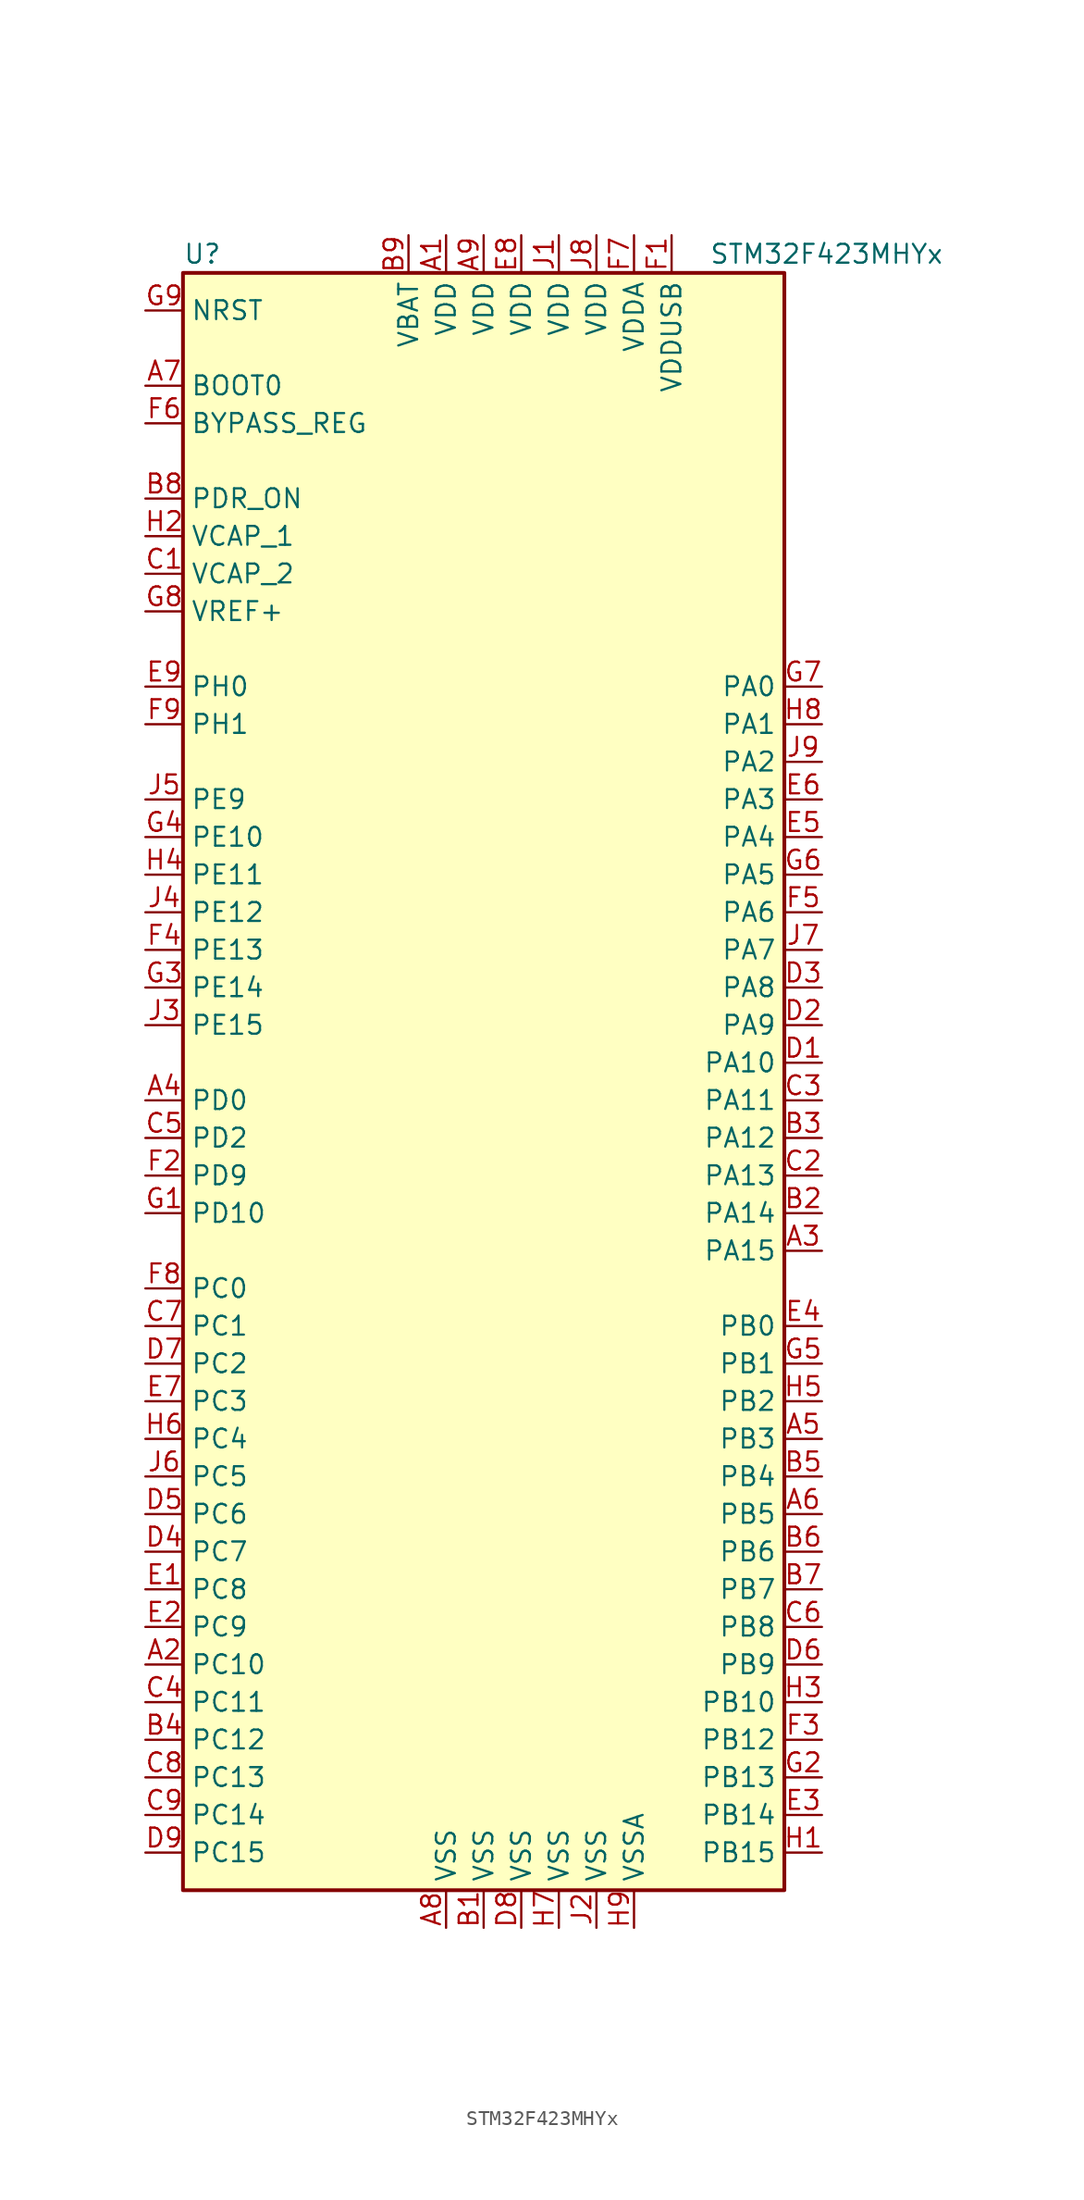
<source format=kicad_sym>
(kicad_symbol_lib
  (version 20220914)
  (generator kicad_symbol_editor)
  (symbol "STM32F423MHYx"
    (property "Reference" "U"
      (at -20.32 54.61 0)
      (effects (font (size 1.27 1.27)) (justify left)))
    (property "Value" "STM32F423MHYx"
      (at 15.24 54.61 0)
      (effects (font (size 1.27 1.27)) (justify left)))
    (symbol "STM32F423MHYx_0_1"
      (rectangle (start -20.32 -55.88) (end 20.32 53.34) (stroke (width 0.254) (type default)) (fill (type background))))
    (symbol "STM32F423MHYx_1_1"
      (pin power_in line (at -2.54 55.88 270) (length 2.54) (name "VDD" (effects (font (size 1.27 1.27)))) (number "A1" (effects (font (size 1.27 1.27)))))
      (pin bidirectional line (at -22.86 -40.64 0) (length 2.54) (name "PC10" (effects (font (size 1.27 1.27)))) (number "A2" (effects (font (size 1.27 1.27)))))
      (pin bidirectional line (at 22.86 -12.7 180) (length 2.54) (name "PA15" (effects (font (size 1.27 1.27)))) (number "A3" (effects (font (size 1.27 1.27)))))
      (pin bidirectional line (at -22.86 -2.54 0) (length 2.54) (name "PD0" (effects (font (size 1.27 1.27)))) (number "A4" (effects (font (size 1.27 1.27)))))
      (pin bidirectional line (at 22.86 -25.4 180) (length 2.54) (name "PB3" (effects (font (size 1.27 1.27)))) (number "A5" (effects (font (size 1.27 1.27)))))
      (pin bidirectional line (at 22.86 -30.48 180) (length 2.54) (name "PB5" (effects (font (size 1.27 1.27)))) (number "A6" (effects (font (size 1.27 1.27)))))
      (pin input line (at -22.86 45.72 0) (length 2.54) (name "BOOT0" (effects (font (size 1.27 1.27)))) (number "A7" (effects (font (size 1.27 1.27)))))
      (pin power_in line (at -2.54 -58.42 90) (length 2.54) (name "VSS" (effects (font (size 1.27 1.27)))) (number "A8" (effects (font (size 1.27 1.27)))))
      (pin power_in line (at 0 55.88 270) (length 2.54) (name "VDD" (effects (font (size 1.27 1.27)))) (number "A9" (effects (font (size 1.27 1.27)))))
      (pin power_in line (at 0 -58.42 90) (length 2.54) (name "VSS" (effects (font (size 1.27 1.27)))) (number "B1" (effects (font (size 1.27 1.27)))))
      (pin bidirectional line (at 22.86 -10.16 180) (length 2.54) (name "PA14" (effects (font (size 1.27 1.27)))) (number "B2" (effects (font (size 1.27 1.27)))))
      (pin bidirectional line (at 22.86 -5.08 180) (length 2.54) (name "PA12" (effects (font (size 1.27 1.27)))) (number "B3" (effects (font (size 1.27 1.27)))))
      (pin bidirectional line (at -22.86 -45.72 0) (length 2.54) (name "PC12" (effects (font (size 1.27 1.27)))) (number "B4" (effects (font (size 1.27 1.27)))))
      (pin bidirectional line (at 22.86 -27.94 180) (length 2.54) (name "PB4" (effects (font (size 1.27 1.27)))) (number "B5" (effects (font (size 1.27 1.27)))))
      (pin bidirectional line (at 22.86 -33.02 180) (length 2.54) (name "PB6" (effects (font (size 1.27 1.27)))) (number "B6" (effects (font (size 1.27 1.27)))))
      (pin bidirectional line (at 22.86 -35.56 180) (length 2.54) (name "PB7" (effects (font (size 1.27 1.27)))) (number "B7" (effects (font (size 1.27 1.27)))))
      (pin power_in line (at -22.86 38.1 0) (length 2.54) (name "PDR_ON" (effects (font (size 1.27 1.27)))) (number "B8" (effects (font (size 1.27 1.27)))))
      (pin power_in line (at -5.08 55.88 270) (length 2.54) (name "VBAT" (effects (font (size 1.27 1.27)))) (number "B9" (effects (font (size 1.27 1.27)))))
      (pin power_in line (at -22.86 33.02 0) (length 2.54) (name "VCAP_2" (effects (font (size 1.27 1.27)))) (number "C1" (effects (font (size 1.27 1.27)))))
      (pin bidirectional line (at 22.86 -7.62 180) (length 2.54) (name "PA13" (effects (font (size 1.27 1.27)))) (number "C2" (effects (font (size 1.27 1.27)))))
      (pin bidirectional line (at 22.86 -2.54 180) (length 2.54) (name "PA11" (effects (font (size 1.27 1.27)))) (number "C3" (effects (font (size 1.27 1.27)))))
      (pin bidirectional line (at -22.86 -43.18 0) (length 2.54) (name "PC11" (effects (font (size 1.27 1.27)))) (number "C4" (effects (font (size 1.27 1.27)))))
      (pin bidirectional line (at -22.86 -5.08 0) (length 2.54) (name "PD2" (effects (font (size 1.27 1.27)))) (number "C5" (effects (font (size 1.27 1.27)))))
      (pin bidirectional line (at 22.86 -38.1 180) (length 2.54) (name "PB8" (effects (font (size 1.27 1.27)))) (number "C6" (effects (font (size 1.27 1.27)))))
      (pin bidirectional line (at -22.86 -17.78 0) (length 2.54) (name "PC1" (effects (font (size 1.27 1.27)))) (number "C7" (effects (font (size 1.27 1.27)))))
      (pin bidirectional line (at -22.86 -48.26 0) (length 2.54) (name "PC13" (effects (font (size 1.27 1.27)))) (number "C8" (effects (font (size 1.27 1.27)))))
      (pin bidirectional line (at -22.86 -50.8 0) (length 2.54) (name "PC14" (effects (font (size 1.27 1.27)))) (number "C9" (effects (font (size 1.27 1.27)))))
      (pin bidirectional line (at 22.86 0 180) (length 2.54) (name "PA10" (effects (font (size 1.27 1.27)))) (number "D1" (effects (font (size 1.27 1.27)))))
      (pin bidirectional line (at 22.86 2.54 180) (length 2.54) (name "PA9" (effects (font (size 1.27 1.27)))) (number "D2" (effects (font (size 1.27 1.27)))))
      (pin bidirectional line (at 22.86 5.08 180) (length 2.54) (name "PA8" (effects (font (size 1.27 1.27)))) (number "D3" (effects (font (size 1.27 1.27)))))
      (pin bidirectional line (at -22.86 -33.02 0) (length 2.54) (name "PC7" (effects (font (size 1.27 1.27)))) (number "D4" (effects (font (size 1.27 1.27)))))
      (pin bidirectional line (at -22.86 -30.48 0) (length 2.54) (name "PC6" (effects (font (size 1.27 1.27)))) (number "D5" (effects (font (size 1.27 1.27)))))
      (pin bidirectional line (at 22.86 -40.64 180) (length 2.54) (name "PB9" (effects (font (size 1.27 1.27)))) (number "D6" (effects (font (size 1.27 1.27)))))
      (pin bidirectional line (at -22.86 -20.32 0) (length 2.54) (name "PC2" (effects (font (size 1.27 1.27)))) (number "D7" (effects (font (size 1.27 1.27)))))
      (pin power_in line (at 2.54 -58.42 90) (length 2.54) (name "VSS" (effects (font (size 1.27 1.27)))) (number "D8" (effects (font (size 1.27 1.27)))))
      (pin bidirectional line (at -22.86 -53.34 0) (length 2.54) (name "PC15" (effects (font (size 1.27 1.27)))) (number "D9" (effects (font (size 1.27 1.27)))))
      (pin bidirectional line (at -22.86 -35.56 0) (length 2.54) (name "PC8" (effects (font (size 1.27 1.27)))) (number "E1" (effects (font (size 1.27 1.27)))))
      (pin bidirectional line (at -22.86 -38.1 0) (length 2.54) (name "PC9" (effects (font (size 1.27 1.27)))) (number "E2" (effects (font (size 1.27 1.27)))))
      (pin bidirectional line (at 22.86 -50.8 180) (length 2.54) (name "PB14" (effects (font (size 1.27 1.27)))) (number "E3" (effects (font (size 1.27 1.27)))))
      (pin bidirectional line (at 22.86 -17.78 180) (length 2.54) (name "PB0" (effects (font (size 1.27 1.27)))) (number "E4" (effects (font (size 1.27 1.27)))))
      (pin bidirectional line (at 22.86 15.24 180) (length 2.54) (name "PA4" (effects (font (size 1.27 1.27)))) (number "E5" (effects (font (size 1.27 1.27)))))
      (pin bidirectional line (at 22.86 17.78 180) (length 2.54) (name "PA3" (effects (font (size 1.27 1.27)))) (number "E6" (effects (font (size 1.27 1.27)))))
      (pin bidirectional line (at -22.86 -22.86 0) (length 2.54) (name "PC3" (effects (font (size 1.27 1.27)))) (number "E7" (effects (font (size 1.27 1.27)))))
      (pin power_in line (at 2.54 55.88 270) (length 2.54) (name "VDD" (effects (font (size 1.27 1.27)))) (number "E8" (effects (font (size 1.27 1.27)))))
      (pin input line (at -22.86 25.4 0) (length 2.54) (name "PH0" (effects (font (size 1.27 1.27)))) (number "E9" (effects (font (size 1.27 1.27)))))
      (pin power_in line (at 12.7 55.88 270) (length 2.54) (name "VDDUSB" (effects (font (size 1.27 1.27)))) (number "F1" (effects (font (size 1.27 1.27)))))
      (pin bidirectional line (at -22.86 -7.62 0) (length 2.54) (name "PD9" (effects (font (size 1.27 1.27)))) (number "F2" (effects (font (size 1.27 1.27)))))
      (pin bidirectional line (at 22.86 -45.72 180) (length 2.54) (name "PB12" (effects (font (size 1.27 1.27)))) (number "F3" (effects (font (size 1.27 1.27)))))
      (pin bidirectional line (at -22.86 7.62 0) (length 2.54) (name "PE13" (effects (font (size 1.27 1.27)))) (number "F4" (effects (font (size 1.27 1.27)))))
      (pin bidirectional line (at 22.86 10.16 180) (length 2.54) (name "PA6" (effects (font (size 1.27 1.27)))) (number "F5" (effects (font (size 1.27 1.27)))))
      (pin input line (at -22.86 43.18 0) (length 2.54) (name "BYPASS_REG" (effects (font (size 1.27 1.27)))) (number "F6" (effects (font (size 1.27 1.27)))))
      (pin power_in line (at 10.16 55.88 270) (length 2.54) (name "VDDA" (effects (font (size 1.27 1.27)))) (number "F7" (effects (font (size 1.27 1.27)))))
      (pin bidirectional line (at -22.86 -15.24 0) (length 2.54) (name "PC0" (effects (font (size 1.27 1.27)))) (number "F8" (effects (font (size 1.27 1.27)))))
      (pin input line (at -22.86 22.86 0) (length 2.54) (name "PH1" (effects (font (size 1.27 1.27)))) (number "F9" (effects (font (size 1.27 1.27)))))
      (pin bidirectional line (at -22.86 -10.16 0) (length 2.54) (name "PD10" (effects (font (size 1.27 1.27)))) (number "G1" (effects (font (size 1.27 1.27)))))
      (pin bidirectional line (at 22.86 -48.26 180) (length 2.54) (name "PB13" (effects (font (size 1.27 1.27)))) (number "G2" (effects (font (size 1.27 1.27)))))
      (pin bidirectional line (at -22.86 5.08 0) (length 2.54) (name "PE14" (effects (font (size 1.27 1.27)))) (number "G3" (effects (font (size 1.27 1.27)))))
      (pin bidirectional line (at -22.86 15.24 0) (length 2.54) (name "PE10" (effects (font (size 1.27 1.27)))) (number "G4" (effects (font (size 1.27 1.27)))))
      (pin bidirectional line (at 22.86 -20.32 180) (length 2.54) (name "PB1" (effects (font (size 1.27 1.27)))) (number "G5" (effects (font (size 1.27 1.27)))))
      (pin bidirectional line (at 22.86 12.7 180) (length 2.54) (name "PA5" (effects (font (size 1.27 1.27)))) (number "G6" (effects (font (size 1.27 1.27)))))
      (pin bidirectional line (at 22.86 25.4 180) (length 2.54) (name "PA0" (effects (font (size 1.27 1.27)))) (number "G7" (effects (font (size 1.27 1.27)))))
      (pin power_in line (at -22.86 30.48 0) (length 2.54) (name "VREF+" (effects (font (size 1.27 1.27)))) (number "G8" (effects (font (size 1.27 1.27)))))
      (pin input line (at -22.86 50.8 0) (length 2.54) (name "NRST" (effects (font (size 1.27 1.27)))) (number "G9" (effects (font (size 1.27 1.27)))))
      (pin bidirectional line (at 22.86 -53.34 180) (length 2.54) (name "PB15" (effects (font (size 1.27 1.27)))) (number "H1" (effects (font (size 1.27 1.27)))))
      (pin power_in line (at -22.86 35.56 0) (length 2.54) (name "VCAP_1" (effects (font (size 1.27 1.27)))) (number "H2" (effects (font (size 1.27 1.27)))))
      (pin bidirectional line (at 22.86 -43.18 180) (length 2.54) (name "PB10" (effects (font (size 1.27 1.27)))) (number "H3" (effects (font (size 1.27 1.27)))))
      (pin bidirectional line (at -22.86 12.7 0) (length 2.54) (name "PE11" (effects (font (size 1.27 1.27)))) (number "H4" (effects (font (size 1.27 1.27)))))
      (pin bidirectional line (at 22.86 -22.86 180) (length 2.54) (name "PB2" (effects (font (size 1.27 1.27)))) (number "H5" (effects (font (size 1.27 1.27)))))
      (pin bidirectional line (at -22.86 -25.4 0) (length 2.54) (name "PC4" (effects (font (size 1.27 1.27)))) (number "H6" (effects (font (size 1.27 1.27)))))
      (pin power_in line (at 5.08 -58.42 90) (length 2.54) (name "VSS" (effects (font (size 1.27 1.27)))) (number "H7" (effects (font (size 1.27 1.27)))))
      (pin bidirectional line (at 22.86 22.86 180) (length 2.54) (name "PA1" (effects (font (size 1.27 1.27)))) (number "H8" (effects (font (size 1.27 1.27)))))
      (pin power_in line (at 10.16 -58.42 90) (length 2.54) (name "VSSA" (effects (font (size 1.27 1.27)))) (number "H9" (effects (font (size 1.27 1.27)))))
      (pin power_in line (at 5.08 55.88 270) (length 2.54) (name "VDD" (effects (font (size 1.27 1.27)))) (number "J1" (effects (font (size 1.27 1.27)))))
      (pin power_in line (at 7.62 -58.42 90) (length 2.54) (name "VSS" (effects (font (size 1.27 1.27)))) (number "J2" (effects (font (size 1.27 1.27)))))
      (pin bidirectional line (at -22.86 2.54 0) (length 2.54) (name "PE15" (effects (font (size 1.27 1.27)))) (number "J3" (effects (font (size 1.27 1.27)))))
      (pin bidirectional line (at -22.86 10.16 0) (length 2.54) (name "PE12" (effects (font (size 1.27 1.27)))) (number "J4" (effects (font (size 1.27 1.27)))))
      (pin bidirectional line (at -22.86 17.78 0) (length 2.54) (name "PE9" (effects (font (size 1.27 1.27)))) (number "J5" (effects (font (size 1.27 1.27)))))
      (pin bidirectional line (at -22.86 -27.94 0) (length 2.54) (name "PC5" (effects (font (size 1.27 1.27)))) (number "J6" (effects (font (size 1.27 1.27)))))
      (pin bidirectional line (at 22.86 7.62 180) (length 2.54) (name "PA7" (effects (font (size 1.27 1.27)))) (number "J7" (effects (font (size 1.27 1.27)))))
      (pin power_in line (at 7.62 55.88 270) (length 2.54) (name "VDD" (effects (font (size 1.27 1.27)))) (number "J8" (effects (font (size 1.27 1.27)))))
      (pin bidirectional line (at 22.86 20.32 180) (length 2.54) (name "PA2" (effects (font (size 1.27 1.27)))) (number "J9" (effects (font (size 1.27 1.27))))))))
</source>
